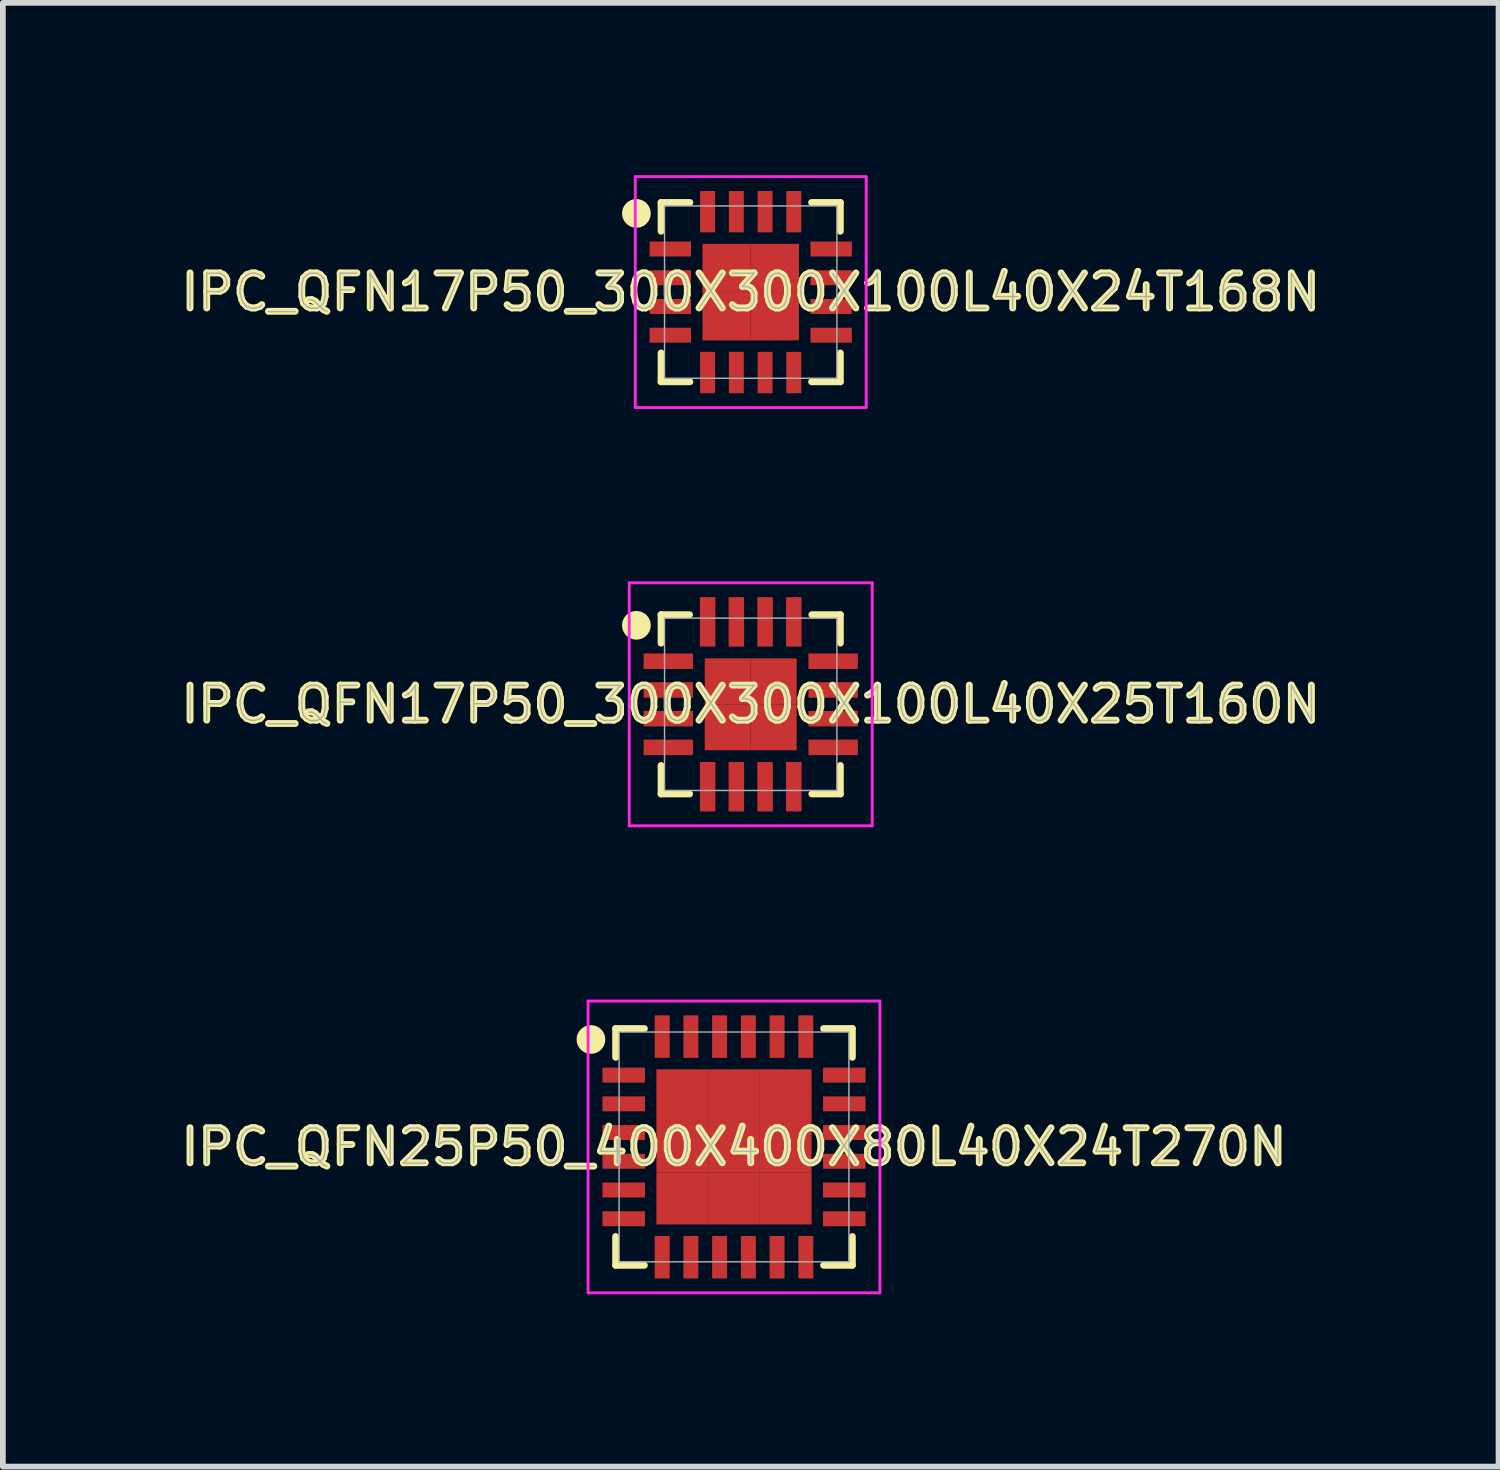
<source format=kicad_pcb>
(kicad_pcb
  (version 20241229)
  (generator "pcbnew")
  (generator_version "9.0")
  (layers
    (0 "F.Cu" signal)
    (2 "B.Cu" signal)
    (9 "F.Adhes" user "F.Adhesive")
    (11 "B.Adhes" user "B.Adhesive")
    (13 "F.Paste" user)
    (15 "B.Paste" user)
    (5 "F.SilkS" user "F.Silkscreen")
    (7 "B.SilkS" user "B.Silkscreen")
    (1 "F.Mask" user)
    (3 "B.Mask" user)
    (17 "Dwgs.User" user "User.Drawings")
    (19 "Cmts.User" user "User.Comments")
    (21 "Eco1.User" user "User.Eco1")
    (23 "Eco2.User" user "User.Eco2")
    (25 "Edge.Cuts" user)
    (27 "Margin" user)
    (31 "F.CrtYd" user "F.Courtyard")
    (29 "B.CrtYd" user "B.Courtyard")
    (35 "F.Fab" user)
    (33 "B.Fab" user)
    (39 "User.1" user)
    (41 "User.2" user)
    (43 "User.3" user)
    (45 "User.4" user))
  (footprint "IPC_QFN17P50_300X300X100L40X24T168N"
    (layer "F.Cu")
    (at 10.018 2.035)
    (property "Reference" "IPC_QFN17P50_300X300X100L40X24T168N" (at 0 0 0) (layer "F.SilkS") (effects (font (size 0.61 0.61) (thickness 0.12))))
    (attr smd)
    (fp_line (start -1.56 -1.56) (end -1.56 -1.06) (stroke (width 0.12) (type solid)) (layer "F.SilkS"))
    (fp_line (start -1.56 1.06) (end -1.56 1.56) (stroke (width 0.12) (type solid)) (layer "F.SilkS"))
    (fp_line (start -1.56 1.56) (end -1.06 1.56) (stroke (width 0.12) (type solid)) (layer "F.SilkS"))
    (fp_line (start -1.06 -1.56) (end -1.56 -1.56) (stroke (width 0.12) (type solid)) (layer "F.SilkS"))
    (fp_line (start 1.06 1.56) (end 1.56 1.56) (stroke (width 0.12) (type solid)) (layer "F.SilkS"))
    (fp_line (start 1.56 -1.56) (end 1.06 -1.56) (stroke (width 0.12) (type solid)) (layer "F.SilkS"))
    (fp_line (start 1.56 -1.06) (end 1.56 -1.56) (stroke (width 0.12) (type solid)) (layer "F.SilkS"))
    (fp_line (start 1.56 1.56) (end 1.56 1.06) (stroke (width 0.12) (type solid)) (layer "F.SilkS"))
    (fp_circle (center -1.99 -1.37) (end -1.865 -1.37) (stroke (width 0.25) (type solid)) (fill no) (layer "F.SilkS"))
    (fp_line (start -2.01 -2.01) (end 2.01 -2.01) (stroke (width 0.05) (type solid)) (layer "F.CrtYd"))
    (fp_line (start -2.01 2.01) (end -2.01 -2.01) (stroke (width 0.05) (type solid)) (layer "F.CrtYd"))
    (fp_line (start 2.01 -2.01) (end 2.01 2.01) (stroke (width 0.05) (type solid)) (layer "F.CrtYd"))
    (fp_line (start 2.01 2.01) (end -2.01 2.01) (stroke (width 0.05) (type solid)) (layer "F.CrtYd"))
    (fp_line (start -1.5 -1.5) (end 1.5 -1.5) (stroke (width 0.025) (type solid)) (layer "F.Fab"))
    (fp_line (start -1.5 1.5) (end -1.5 -1.5) (stroke (width 0.025) (type solid)) (layer "F.Fab"))
    (fp_line (start 1.5 -1.5) (end 1.5 1.5) (stroke (width 0.025) (type solid)) (layer "F.Fab"))
    (fp_line (start 1.5 1.5) (end -1.5 1.5) (stroke (width 0.025) (type solid)) (layer "F.Fab"))
    (fp_text user "${REFERENCE}" (at 0 0 0) (layer "F.Fab") (effects (font (size 0.61 0.61) (thickness 0.025))))
    (pad "1" smd rect (at -1.4 -0.75 270) (size 0.26 0.72) (layers "F.Cu" "F.Mask" "F.Paste"))
    (pad "2" smd rect (at -1.4 -0.25 270) (size 0.26 0.72) (layers "F.Cu" "F.Mask" "F.Paste"))
    (pad "3" smd rect (at -1.4 0.25 270) (size 0.26 0.72) (layers "F.Cu" "F.Mask" "F.Paste"))
    (pad "4" smd rect (at -1.4 0.75 270) (size 0.26 0.72) (layers "F.Cu" "F.Mask" "F.Paste"))
    (pad "5" smd rect (at -0.75 1.4) (size 0.26 0.72) (layers "F.Cu" "F.Mask" "F.Paste"))
    (pad "6" smd rect (at -0.25 1.4) (size 0.26 0.72) (layers "F.Cu" "F.Mask" "F.Paste"))
    (pad "7" smd rect (at 0.25 1.4) (size 0.26 0.72) (layers "F.Cu" "F.Mask" "F.Paste"))
    (pad "8" smd rect (at 0.75 1.4) (size 0.26 0.72) (layers "F.Cu" "F.Mask" "F.Paste"))
    (pad "9" smd rect (at 1.4 0.75 90) (size 0.26 0.72) (layers "F.Cu" "F.Mask" "F.Paste"))
    (pad "10" smd rect (at 1.4 0.25 90) (size 0.26 0.72) (layers "F.Cu" "F.Mask" "F.Paste"))
    (pad "11" smd rect (at 1.4 -0.25 90) (size 0.26 0.72) (layers "F.Cu" "F.Mask" "F.Paste"))
    (pad "12" smd rect (at 1.4 -0.75 90) (size 0.26 0.72) (layers "F.Cu" "F.Mask" "F.Paste"))
    (pad "13" smd rect (at 0.75 -1.4 180) (size 0.26 0.72) (layers "F.Cu" "F.Mask" "F.Paste"))
    (pad "14" smd rect (at 0.25 -1.4 180) (size 0.26 0.72) (layers "F.Cu" "F.Mask" "F.Paste"))
    (pad "15" smd rect (at -0.25 -1.4 180) (size 0.26 0.72) (layers "F.Cu" "F.Mask" "F.Paste"))
    (pad "16" smd rect (at -0.75 -1.4 180) (size 0.26 0.72) (layers "F.Cu" "F.Mask" "F.Paste"))
    (pad "17" smd rect (at -0.42 -0.42) (size 0.84 0.84) (layers "F.Cu" "F.Mask" "F.Paste"))
    (pad "17" smd rect (at -0.42 0.42) (size 0.84 0.84) (layers "F.Cu" "F.Mask" "F.Paste"))
    (pad "17" smd rect (at 0.42 -0.42) (size 0.84 0.84) (layers "F.Cu" "F.Mask" "F.Paste"))
    (pad "17" smd rect (at 0.42 0.42) (size 0.84 0.84) (layers "F.Cu" "F.Mask" "F.Paste")))
  (footprint "IPC_QFN25P50_400X400X80L40X24T270N"
    (layer "F.Cu")
    (at 9.727 16.915)
    (property "Reference" "IPC_QFN25P50_400X400X80L40X24T270N" (at 0 0 0) (layer "F.SilkS") (effects (font (size 0.61 0.61) (thickness 0.12))))
    (attr smd)
    (fp_line (start -2.06 -2.06) (end -2.06 -1.56) (stroke (width 0.12) (type solid)) (layer "F.SilkS"))
    (fp_line (start -2.06 1.56) (end -2.06 2.06) (stroke (width 0.12) (type solid)) (layer "F.SilkS"))
    (fp_line (start -2.06 2.06) (end -1.56 2.06) (stroke (width 0.12) (type solid)) (layer "F.SilkS"))
    (fp_line (start -1.56 -2.06) (end -2.06 -2.06) (stroke (width 0.12) (type solid)) (layer "F.SilkS"))
    (fp_line (start 1.56 2.06) (end 2.06 2.06) (stroke (width 0.12) (type solid)) (layer "F.SilkS"))
    (fp_line (start 2.06 -2.06) (end 1.56 -2.06) (stroke (width 0.12) (type solid)) (layer "F.SilkS"))
    (fp_line (start 2.06 -1.56) (end 2.06 -2.06) (stroke (width 0.12) (type solid)) (layer "F.SilkS"))
    (fp_line (start 2.06 2.06) (end 2.06 1.56) (stroke (width 0.12) (type solid)) (layer "F.SilkS"))
    (fp_circle (center -2.49 -1.87) (end -2.365 -1.87) (stroke (width 0.25) (type solid)) (fill no) (layer "F.SilkS"))
    (fp_line (start -2.54 -2.54) (end 2.54 -2.54) (stroke (width 0.05) (type solid)) (layer "F.CrtYd"))
    (fp_line (start -2.54 2.54) (end -2.54 -2.54) (stroke (width 0.05) (type solid)) (layer "F.CrtYd"))
    (fp_line (start 2.54 -2.54) (end 2.54 2.54) (stroke (width 0.05) (type solid)) (layer "F.CrtYd"))
    (fp_line (start 2.54 2.54) (end -2.54 2.54) (stroke (width 0.05) (type solid)) (layer "F.CrtYd"))
    (fp_line (start -2 -2) (end 2 -2) (stroke (width 0.025) (type solid)) (layer "F.Fab"))
    (fp_line (start -2 2) (end -2 -2) (stroke (width 0.025) (type solid)) (layer "F.Fab"))
    (fp_line (start 2 -2) (end 2 2) (stroke (width 0.025) (type solid)) (layer "F.Fab"))
    (fp_line (start 2 2) (end -2 2) (stroke (width 0.025) (type solid)) (layer "F.Fab"))
    (fp_text user "${REFERENCE}" (at 0 0 0) (layer "F.Fab") (effects (font (size 0.61 0.61) (thickness 0.025))))
    (pad "1" smd rect (at -1.92 -1.25 270) (size 0.26 0.74) (layers "F.Cu" "F.Mask" "F.Paste"))
    (pad "2" smd rect (at -1.92 -0.75 270) (size 0.26 0.74) (layers "F.Cu" "F.Mask" "F.Paste"))
    (pad "3" smd rect (at -1.92 -0.25 270) (size 0.26 0.74) (layers "F.Cu" "F.Mask" "F.Paste"))
    (pad "4" smd rect (at -1.92 0.25 270) (size 0.26 0.74) (layers "F.Cu" "F.Mask" "F.Paste"))
    (pad "5" smd rect (at -1.92 0.75 270) (size 0.26 0.74) (layers "F.Cu" "F.Mask" "F.Paste"))
    (pad "6" smd rect (at -1.92 1.25 270) (size 0.26 0.74) (layers "F.Cu" "F.Mask" "F.Paste"))
    (pad "7" smd rect (at -1.25 1.92) (size 0.26 0.74) (layers "F.Cu" "F.Mask" "F.Paste"))
    (pad "8" smd rect (at -0.75 1.92) (size 0.26 0.74) (layers "F.Cu" "F.Mask" "F.Paste"))
    (pad "9" smd rect (at -0.25 1.92) (size 0.26 0.74) (layers "F.Cu" "F.Mask" "F.Paste"))
    (pad "10" smd rect (at 0.25 1.92) (size 0.26 0.74) (layers "F.Cu" "F.Mask" "F.Paste"))
    (pad "11" smd rect (at 0.75 1.92) (size 0.26 0.74) (layers "F.Cu" "F.Mask" "F.Paste"))
    (pad "12" smd rect (at 1.25 1.92) (size 0.26 0.74) (layers "F.Cu" "F.Mask" "F.Paste"))
    (pad "13" smd rect (at 1.92 1.25 90) (size 0.26 0.74) (layers "F.Cu" "F.Mask" "F.Paste"))
    (pad "14" smd rect (at 1.92 0.75 90) (size 0.26 0.74) (layers "F.Cu" "F.Mask" "F.Paste"))
    (pad "15" smd rect (at 1.92 0.25 90) (size 0.26 0.74) (layers "F.Cu" "F.Mask" "F.Paste"))
    (pad "16" smd rect (at 1.92 -0.25 90) (size 0.26 0.74) (layers "F.Cu" "F.Mask" "F.Paste"))
    (pad "17" smd rect (at 1.92 -0.75 90) (size 0.26 0.74) (layers "F.Cu" "F.Mask" "F.Paste"))
    (pad "18" smd rect (at 1.92 -1.25 90) (size 0.26 0.74) (layers "F.Cu" "F.Mask" "F.Paste"))
    (pad "19" smd rect (at 1.25 -1.92 180) (size 0.26 0.74) (layers "F.Cu" "F.Mask" "F.Paste"))
    (pad "20" smd rect (at 0.75 -1.92 180) (size 0.26 0.74) (layers "F.Cu" "F.Mask" "F.Paste"))
    (pad "21" smd rect (at 0.25 -1.92 180) (size 0.26 0.74) (layers "F.Cu" "F.Mask" "F.Paste"))
    (pad "22" smd rect (at -0.25 -1.92 180) (size 0.26 0.74) (layers "F.Cu" "F.Mask" "F.Paste"))
    (pad "23" smd rect (at -0.75 -1.92 180) (size 0.26 0.74) (layers "F.Cu" "F.Mask" "F.Paste"))
    (pad "24" smd rect (at -1.25 -1.92 180) (size 0.26 0.74) (layers "F.Cu" "F.Mask" "F.Paste"))
    (pad "25" smd rect (at -0.9 -0.9) (size 0.9 0.9) (layers "F.Cu" "F.Mask" "F.Paste"))
    (pad "25" smd rect (at -0.9 0) (size 0.9 0.9) (layers "F.Cu" "F.Mask" "F.Paste"))
    (pad "25" smd rect (at -0.9 0.9) (size 0.9 0.9) (layers "F.Cu" "F.Mask" "F.Paste"))
    (pad "25" smd rect (at 0 -0.9) (size 0.9 0.9) (layers "F.Cu" "F.Mask" "F.Paste"))
    (pad "25" smd rect (at 0 0) (size 0.9 0.9) (layers "F.Cu" "F.Mask" "F.Paste"))
    (pad "25" smd rect (at 0 0.9) (size 0.9 0.9) (layers "F.Cu" "F.Mask" "F.Paste"))
    (pad "25" smd rect (at 0.9 -0.9) (size 0.9 0.9) (layers "F.Cu" "F.Mask" "F.Paste"))
    (pad "25" smd rect (at 0.9 0) (size 0.9 0.9) (layers "F.Cu" "F.Mask" "F.Paste"))
    (pad "25" smd rect (at 0.9 0.9) (size 0.9 0.9) (layers "F.Cu" "F.Mask" "F.Paste")))
  (footprint "IPC_QFN17P50_300X300X100L40X25T160N"
    (layer "F.Cu")
    (at 10.018 9.21)
    (property "Reference" "IPC_QFN17P50_300X300X100L40X25T160N" (at 0 0 0) (layer "F.SilkS") (effects (font (size 0.61 0.61) (thickness 0.12))))
    (attr smd)
    (fp_line (start -1.56 -1.56) (end -1.56 -1.065) (stroke (width 0.12) (type solid)) (layer "F.SilkS"))
    (fp_line (start -1.56 1.065) (end -1.56 1.56) (stroke (width 0.12) (type solid)) (layer "F.SilkS"))
    (fp_line (start -1.56 1.56) (end -1.065 1.56) (stroke (width 0.12) (type solid)) (layer "F.SilkS"))
    (fp_line (start -1.065 -1.56) (end -1.56 -1.56) (stroke (width 0.12) (type solid)) (layer "F.SilkS"))
    (fp_line (start 1.065 1.56) (end 1.56 1.56) (stroke (width 0.12) (type solid)) (layer "F.SilkS"))
    (fp_line (start 1.56 -1.56) (end 1.065 -1.56) (stroke (width 0.12) (type solid)) (layer "F.SilkS"))
    (fp_line (start 1.56 -1.065) (end 1.56 -1.56) (stroke (width 0.12) (type solid)) (layer "F.SilkS"))
    (fp_line (start 1.56 1.56) (end 1.56 1.065) (stroke (width 0.12) (type solid)) (layer "F.SilkS"))
    (fp_circle (center -1.99 -1.375) (end -1.865 -1.375) (stroke (width 0.25) (type solid)) (fill no) (layer "F.SilkS"))
    (fp_line (start -2.115 -2.115) (end 2.115 -2.115) (stroke (width 0.05) (type solid)) (layer "F.CrtYd"))
    (fp_line (start -2.115 2.115) (end -2.115 -2.115) (stroke (width 0.05) (type solid)) (layer "F.CrtYd"))
    (fp_line (start 2.115 -2.115) (end 2.115 2.115) (stroke (width 0.05) (type solid)) (layer "F.CrtYd"))
    (fp_line (start 2.115 2.115) (end -2.115 2.115) (stroke (width 0.05) (type solid)) (layer "F.CrtYd"))
    (fp_line (start -1.5 -1.5) (end 1.5 -1.5) (stroke (width 0.025) (type solid)) (layer "F.Fab"))
    (fp_line (start -1.5 1.5) (end -1.5 -1.5) (stroke (width 0.025) (type solid)) (layer "F.Fab"))
    (fp_line (start 1.5 -1.5) (end 1.5 1.5) (stroke (width 0.025) (type solid)) (layer "F.Fab"))
    (fp_line (start 1.5 1.5) (end -1.5 1.5) (stroke (width 0.025) (type solid)) (layer "F.Fab"))
    (fp_text user "${REFERENCE}" (at 0 0 0) (layer "F.Fab") (effects (font (size 0.61 0.61) (thickness 0.025))))
    (pad "1" smd rect (at -1.435 -0.75 270) (size 0.27 0.86) (layers "F.Cu" "F.Mask" "F.Paste"))
    (pad "2" smd rect (at -1.435 -0.25 270) (size 0.27 0.86) (layers "F.Cu" "F.Mask" "F.Paste"))
    (pad "3" smd rect (at -1.435 0.25 270) (size 0.27 0.86) (layers "F.Cu" "F.Mask" "F.Paste"))
    (pad "4" smd rect (at -1.435 0.75 270) (size 0.27 0.86) (layers "F.Cu" "F.Mask" "F.Paste"))
    (pad "5" smd rect (at -0.75 1.435) (size 0.27 0.86) (layers "F.Cu" "F.Mask" "F.Paste"))
    (pad "6" smd rect (at -0.25 1.435) (size 0.27 0.86) (layers "F.Cu" "F.Mask" "F.Paste"))
    (pad "7" smd rect (at 0.25 1.435) (size 0.27 0.86) (layers "F.Cu" "F.Mask" "F.Paste"))
    (pad "8" smd rect (at 0.75 1.435) (size 0.27 0.86) (layers "F.Cu" "F.Mask" "F.Paste"))
    (pad "9" smd rect (at 1.435 0.75 90) (size 0.27 0.86) (layers "F.Cu" "F.Mask" "F.Paste"))
    (pad "10" smd rect (at 1.435 0.25 90) (size 0.27 0.86) (layers "F.Cu" "F.Mask" "F.Paste"))
    (pad "11" smd rect (at 1.435 -0.25 90) (size 0.27 0.86) (layers "F.Cu" "F.Mask" "F.Paste"))
    (pad "12" smd rect (at 1.435 -0.75 90) (size 0.27 0.86) (layers "F.Cu" "F.Mask" "F.Paste"))
    (pad "13" smd rect (at 0.75 -1.435 180) (size 0.27 0.86) (layers "F.Cu" "F.Mask" "F.Paste"))
    (pad "14" smd rect (at 0.25 -1.435 180) (size 0.27 0.86) (layers "F.Cu" "F.Mask" "F.Paste"))
    (pad "15" smd rect (at -0.25 -1.435 180) (size 0.27 0.86) (layers "F.Cu" "F.Mask" "F.Paste"))
    (pad "16" smd rect (at -0.75 -1.435 180) (size 0.27 0.86) (layers "F.Cu" "F.Mask" "F.Paste"))
    (pad "17" smd rect (at -0.4 -0.4) (size 0.8 0.8) (layers "F.Cu" "F.Mask" "F.Paste"))
    (pad "17" smd rect (at -0.4 0.4) (size 0.8 0.8) (layers "F.Cu" "F.Mask" "F.Paste"))
    (pad "17" smd rect (at 0.4 -0.4) (size 0.8 0.8) (layers "F.Cu" "F.Mask" "F.Paste"))
    (pad "17" smd rect (at 0.4 0.4) (size 0.8 0.8) (layers "F.Cu" "F.Mask" "F.Paste")))
  (gr_rect
    (start -3 -3)
    (end 23.036 22.48)
    (stroke (width 0.1) (type default))
    (fill no)
    (layer "Edge.Cuts")))
</source>
